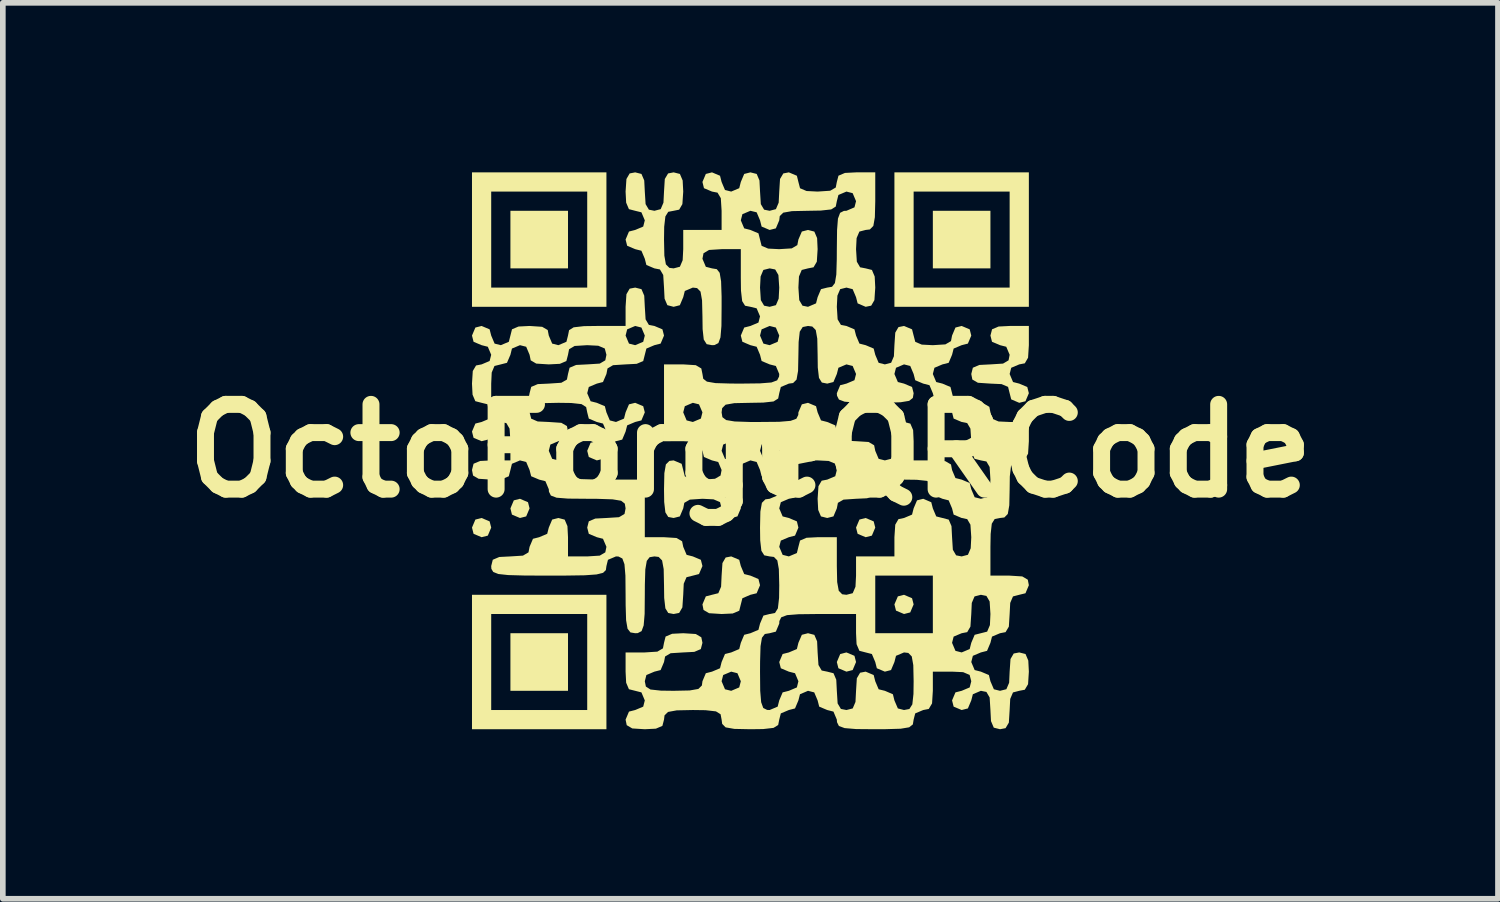
<source format=kicad_pcb>
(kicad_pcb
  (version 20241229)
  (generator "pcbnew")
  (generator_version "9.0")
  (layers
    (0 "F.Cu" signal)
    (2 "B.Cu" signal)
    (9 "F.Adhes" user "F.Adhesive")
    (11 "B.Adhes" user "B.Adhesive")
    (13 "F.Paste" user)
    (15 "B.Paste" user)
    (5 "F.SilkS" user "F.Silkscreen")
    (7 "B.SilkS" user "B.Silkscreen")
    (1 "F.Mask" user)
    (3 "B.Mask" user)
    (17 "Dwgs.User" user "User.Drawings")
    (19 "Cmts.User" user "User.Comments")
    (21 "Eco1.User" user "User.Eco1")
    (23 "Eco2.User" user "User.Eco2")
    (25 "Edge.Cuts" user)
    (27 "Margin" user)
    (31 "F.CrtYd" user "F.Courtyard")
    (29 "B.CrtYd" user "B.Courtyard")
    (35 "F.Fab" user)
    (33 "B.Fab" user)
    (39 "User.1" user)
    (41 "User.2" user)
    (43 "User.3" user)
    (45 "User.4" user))
  (footprint "OctoForgeQRCode"
    (layer "F.Cu")
    (at 10.229 4.927)
    (property "Reference" "OctoForgeQRCode" (at 0 0 0) (layer "F.SilkS") (effects (font (size 1.5 1.5) (thickness 0.3))))
    (attr board_only exclude_from_pos_files exclude_from_bom)
    (fp_poly (pts (xy -4.615 1.249) (xy -4.587 1.359) (xy -4.647 1.501) (xy -4.757 1.529) (xy -4.899 1.469) (xy -4.927 1.359) (xy -4.867 1.217) (xy -4.757 1.189)) (stroke (width 0) (type solid)) (fill yes) (layer "F.SilkS"))
    (fp_poly (pts (xy -3.936 0.91) (xy -3.908 1.019) (xy -3.968 1.161) (xy -4.078 1.189) (xy -4.22 1.129) (xy -4.247 1.019) (xy -4.187 0.877) (xy -4.078 0.849)) (stroke (width 0) (type solid)) (fill yes) (layer "F.SilkS"))
    (fp_poly (pts (xy -3.228 -3.738) (xy -3.228 -3.228) (xy -3.738 -3.228) (xy -4.247 -3.228) (xy -4.247 -3.738) (xy -4.247 -4.247) (xy -3.738 -4.247) (xy -3.228 -4.247)) (stroke (width 0) (type solid)) (fill yes) (layer "F.SilkS"))
    (fp_poly (pts (xy -3.228 3.738) (xy -3.228 4.247) (xy -3.738 4.247) (xy -4.247 4.247) (xy -4.247 3.738) (xy -4.247 3.228) (xy -3.738 3.228) (xy -3.228 3.228)) (stroke (width 0) (type solid)) (fill yes) (layer "F.SilkS"))
    (fp_poly (pts (xy 1.841 3.628) (xy 1.869 3.738) (xy 1.809 3.88) (xy 1.699 3.908) (xy 1.557 3.848) (xy 1.529 3.738) (xy 1.589 3.596) (xy 1.699 3.568)) (stroke (width 0) (type solid)) (fill yes) (layer "F.SilkS"))
    (fp_poly (pts (xy 2.181 1.249) (xy 2.209 1.359) (xy 2.149 1.501) (xy 2.039 1.529) (xy 1.897 1.469) (xy 1.869 1.359) (xy 1.929 1.217) (xy 2.039 1.189)) (stroke (width 0) (type solid)) (fill yes) (layer "F.SilkS"))
    (fp_poly (pts (xy 2.86 2.609) (xy 2.888 2.718) (xy 2.828 2.86) (xy 2.718 2.888) (xy 2.576 2.828) (xy 2.548 2.718) (xy 2.609 2.576) (xy 2.718 2.548)) (stroke (width 0) (type solid)) (fill yes) (layer "F.SilkS"))
    (fp_poly (pts (xy 4.247 -3.738) (xy 4.247 -3.228) (xy 3.738 -3.228) (xy 3.228 -3.228) (xy 3.228 -3.738) (xy 3.228 -4.247) (xy 3.738 -4.247) (xy 4.247 -4.247)) (stroke (width 0) (type solid)) (fill yes) (layer "F.SilkS"))
    (fp_poly (pts (xy -2.548 -3.738) (xy -2.548 -2.548) (xy -3.738 -2.548) (xy -4.927 -2.548) (xy -4.927 -3.738) (xy -4.587 -3.738) (xy -4.587 -2.888) (xy -3.738 -2.888) (xy -2.888 -2.888) (xy -2.888 -3.738) (xy -2.888 -4.587) (xy -3.738 -4.587) (xy -4.587 -4.587) (xy -4.587 -3.738) (xy -4.927 -3.738) (xy -4.927 -4.927) (xy -3.738 -4.927) (xy -2.548 -4.927)) (stroke (width 0) (type solid)) (fill yes) (layer "F.SilkS"))
    (fp_poly (pts (xy -2.548 3.738) (xy -2.548 4.927) (xy -3.738 4.927) (xy -4.927 4.927) (xy -4.927 3.738) (xy -4.587 3.738) (xy -4.587 4.587) (xy -3.738 4.587) (xy -2.888 4.587) (xy -2.888 3.738) (xy -2.888 2.888) (xy -3.738 2.888) (xy -4.587 2.888) (xy -4.587 3.738) (xy -4.927 3.738) (xy -4.927 2.548) (xy -3.738 2.548) (xy -2.548 2.548)) (stroke (width 0) (type solid)) (fill yes) (layer "F.SilkS"))
    (fp_poly (pts (xy 4.927 -3.738) (xy 4.927 -2.548) (xy 3.738 -2.548) (xy 2.548 -2.548) (xy 2.548 -3.738) (xy 2.888 -3.738) (xy 2.888 -2.888) (xy 3.738 -2.888) (xy 4.587 -2.888) (xy 4.587 -3.738) (xy 4.587 -4.587) (xy 3.738 -4.587) (xy 2.888 -4.587) (xy 2.888 -3.738) (xy 2.548 -3.738) (xy 2.548 -4.927) (xy 3.738 -4.927) (xy 4.927 -4.927)) (stroke (width 0) (type solid)) (fill yes) (layer "F.SilkS"))
    (fp_poly (pts (xy -0.198 1.929) (xy -0.17 2.039) (xy -0.11 2.181) (xy 0 2.209) (xy 0.142 2.269) (xy 0.17 2.379) (xy 0.11 2.521) (xy 0 2.548) (xy -0.142 2.609) (xy -0.17 2.718) (xy -0.198 2.83) (xy -0.314 2.879) (xy -0.51 2.888) (xy -0.732 2.874) (xy -0.83 2.816) (xy -0.849 2.718) (xy -0.789 2.576) (xy -0.68 2.548) (xy -0.568 2.52) (xy -0.519 2.405) (xy -0.51 2.209) (xy -0.495 1.986) (xy -0.438 1.888) (xy -0.34 1.869)) (stroke (width 0) (type solid)) (fill yes) (layer "F.SilkS"))
    (fp_poly (pts (xy 4.927 -1.869) (xy 4.913 -1.647) (xy 4.855 -1.548) (xy 4.757 -1.529) (xy 4.615 -1.469) (xy 4.587 -1.359) (xy 4.647 -1.217) (xy 4.757 -1.189) (xy 4.899 -1.129) (xy 4.927 -1.019) (xy 4.867 -0.877) (xy 4.757 -0.849) (xy 4.615 -0.91) (xy 4.587 -1.019) (xy 4.559 -1.131) (xy 4.444 -1.18) (xy 4.247 -1.189) (xy 4.025 -1.204) (xy 3.927 -1.261) (xy 3.908 -1.359) (xy 3.936 -1.47) (xy 4.051 -1.519) (xy 4.247 -1.529) (xy 4.47 -1.543) (xy 4.568 -1.601) (xy 4.587 -1.699) (xy 4.527 -1.841) (xy 4.417 -1.869) (xy 4.275 -1.929) (xy 4.247 -2.039) (xy 4.276 -2.15) (xy 4.391 -2.199) (xy 4.587 -2.209) (xy 4.927 -2.209)) (stroke (width 0) (type solid)) (fill yes) (layer "F.SilkS"))
    (fp_poly (pts (xy -1.928 -2.86) (xy -1.879 -2.745) (xy -1.869 -2.548) (xy -1.855 -2.326) (xy -1.797 -2.228) (xy -1.699 -2.209) (xy -1.557 -2.149) (xy -1.529 -2.039) (xy -1.589 -1.897) (xy -1.699 -1.869) (xy -1.841 -1.809) (xy -1.869 -1.699) (xy -1.897 -1.588) (xy -2.013 -1.539) (xy -2.209 -1.529) (xy -2.431 -1.515) (xy -2.529 -1.457) (xy -2.548 -1.359) (xy -2.609 -1.217) (xy -2.718 -1.189) (xy -2.86 -1.129) (xy -2.888 -1.019) (xy -2.828 -0.877) (xy -2.718 -0.849) (xy -2.576 -0.789) (xy -2.548 -0.68) (xy -2.488 -0.538) (xy -2.379 -0.51) (xy -2.237 -0.57) (xy -2.209 -0.68) (xy -2.149 -0.822) (xy -2.039 -0.849) (xy -1.897 -0.789) (xy -1.869 -0.68) (xy -1.929 -0.538) (xy -2.039 -0.51) (xy -2.181 -0.45) (xy -2.209 -0.34) (xy -2.269 -0.198) (xy -2.379 -0.17) (xy -2.521 -0.11) (xy -2.548 0) (xy -2.609 0.142) (xy -2.718 0.17) (xy -2.86 0.11) (xy -2.888 0) (xy -2.828 -0.142) (xy -2.718 -0.17) (xy -2.576 -0.23) (xy -2.548 -0.34) (xy -2.609 -0.482) (xy -2.718 -0.51) (xy -2.86 -0.57) (xy -2.888 -0.68) (xy -2.907 -0.774) (xy -2.989 -0.826) (xy -3.172 -0.846) (xy -3.398 -0.849) (xy -3.683 -0.843) (xy -3.836 -0.816) (xy -3.898 -0.755) (xy -3.908 -0.68) (xy -3.879 -0.568) (xy -3.764 -0.519) (xy -3.568 -0.51) (xy -3.346 -0.495) (xy -3.247 -0.438) (xy -3.228 -0.34) (xy -3.288 -0.198) (xy -3.398 -0.17) (xy -3.54 -0.11) (xy -3.568 0) (xy -3.508 0.142) (xy -3.398 0.17) (xy -3.256 0.23) (xy -3.228 0.34) (xy -3.214 0.424) (xy -3.149 0.475) (xy -2.998 0.501) (xy -2.728 0.509) (xy -2.548 0.51) (xy -1.869 0.51) (xy -1.869 1.019) (xy -1.869 1.529) (xy -1.529 1.529) (xy -1.307 1.543) (xy -1.209 1.601) (xy -1.189 1.699) (xy -1.129 1.841) (xy -1.019 1.869) (xy -0.877 1.929) (xy -0.849 2.039) (xy -0.91 2.181) (xy -1.019 2.209) (xy -1.131 2.237) (xy -1.18 2.352) (xy -1.189 2.548) (xy -1.204 2.771) (xy -1.261 2.869) (xy -1.359 2.888) (xy -1.454 2.87) (xy -1.505 2.788) (xy -1.526 2.604) (xy -1.529 2.379) (xy -1.535 2.094) (xy -1.563 1.94) (xy -1.624 1.878) (xy -1.699 1.869) (xy -1.784 1.883) (xy -1.834 1.948) (xy -1.86 2.099) (xy -1.868 2.369) (xy -1.869 2.548) (xy -1.872 2.887) (xy -1.889 3.09) (xy -1.926 3.191) (xy -1.994 3.226) (xy -2.039 3.228) (xy -2.123 3.214) (xy -2.174 3.149) (xy -2.2 2.998) (xy -2.208 2.728) (xy -2.209 2.548) (xy -2.212 2.21) (xy -2.229 2.007) (xy -2.266 1.906) (xy -2.334 1.871) (xy -2.379 1.869) (xy -2.521 1.929) (xy -2.548 2.039) (xy -2.558 2.111) (xy -2.607 2.159) (xy -2.723 2.188) (xy -2.934 2.203) (xy -3.268 2.208) (xy -3.568 2.209) (xy -3.998 2.207) (xy -4.287 2.199) (xy -4.462 2.18) (xy -4.551 2.144) (xy -4.584 2.089) (xy -4.587 2.039) (xy -4.559 1.928) (xy -4.444 1.879) (xy -4.247 1.869) (xy -4.025 1.855) (xy -3.927 1.797) (xy -3.908 1.699) (xy -3.848 1.557) (xy -3.738 1.529) (xy -3.596 1.469) (xy -3.568 1.359) (xy -3.508 1.217) (xy -3.398 1.189) (xy -3.287 1.218) (xy -3.238 1.333) (xy -3.228 1.529) (xy -3.228 1.869) (xy -2.888 1.869) (xy -2.666 1.855) (xy -2.568 1.797) (xy -2.548 1.699) (xy -2.609 1.557) (xy -2.718 1.529) (xy -2.86 1.469) (xy -2.888 1.359) (xy -2.86 1.248) (xy -2.745 1.199) (xy -2.548 1.189) (xy -2.326 1.175) (xy -2.228 1.117) (xy -2.209 1.019) (xy -2.223 0.935) (xy -2.288 0.884) (xy -2.439 0.859) (xy -2.709 0.85) (xy -2.888 0.849) (xy -3.227 0.846) (xy -3.43 0.83) (xy -3.531 0.792) (xy -3.565 0.724) (xy -3.568 0.68) (xy -3.628 0.538) (xy -3.738 0.51) (xy -3.88 0.45) (xy -3.908 0.34) (xy -3.968 0.198) (xy -4.078 0.17) (xy -4.22 0.23) (xy -4.247 0.34) (xy -4.276 0.451) (xy -4.391 0.5) (xy -4.587 0.51) (xy -4.81 0.495) (xy -4.908 0.438) (xy -4.927 0.34) (xy -4.899 0.229) (xy -4.783 0.18) (xy -4.587 0.17) (xy -4.247 0.17) (xy -4.247 -0.17) (xy -4.262 -0.392) (xy -4.319 -0.49) (xy -4.417 -0.51) (xy -4.559 -0.45) (xy -4.587 -0.34) (xy -4.647 -0.198) (xy -4.757 -0.17) (xy -4.899 -0.23) (xy -4.927 -0.34) (xy -4.867 -0.482) (xy -4.757 -0.51) (xy -4.615 -0.57) (xy -4.587 -0.68) (xy -4.647 -0.822) (xy -4.757 -0.849) (xy -4.868 -0.878) (xy -4.917 -0.993) (xy -4.927 -1.189) (xy -4.587 -1.189) (xy -4.587 -0.849) (xy -4.247 -0.849) (xy -4.025 -0.864) (xy -3.927 -0.921) (xy -3.908 -1.019) (xy -3.879 -1.131) (xy -3.764 -1.18) (xy -3.568 -1.189) (xy -3.346 -1.204) (xy -3.247 -1.261) (xy -3.228 -1.359) (xy -3.2 -1.47) (xy -3.084 -1.519) (xy -2.888 -1.529) (xy -2.666 -1.543) (xy -2.568 -1.601) (xy -2.548 -1.699) (xy -2.577 -1.81) (xy -2.692 -1.859) (xy -2.888 -1.869) (xy -3.111 -1.855) (xy -3.209 -1.797) (xy -3.228 -1.699) (xy -3.257 -1.588) (xy -3.372 -1.539) (xy -3.568 -1.529) (xy -3.79 -1.543) (xy -3.888 -1.601) (xy -3.908 -1.699) (xy -3.968 -1.841) (xy -4.078 -1.869) (xy -4.22 -1.809) (xy -4.247 -1.699) (xy -4.308 -1.557) (xy -4.417 -1.529) (xy -4.529 -1.501) (xy -4.578 -1.385) (xy -4.587 -1.189) (xy -4.927 -1.189) (xy -4.913 -1.412) (xy -4.855 -1.51) (xy -4.757 -1.529) (xy -4.615 -1.589) (xy -4.587 -1.699) (xy -4.647 -1.841) (xy -4.757 -1.869) (xy -4.899 -1.929) (xy -4.927 -2.039) (xy -4.867 -2.181) (xy -4.757 -2.209) (xy -4.615 -2.149) (xy -4.587 -2.039) (xy -4.527 -1.897) (xy -4.417 -1.869) (xy -4.275 -1.929) (xy -4.247 -2.039) (xy -4.219 -2.15) (xy -4.104 -2.199) (xy -3.908 -2.209) (xy -3.685 -2.194) (xy -3.587 -2.137) (xy -3.568 -2.039) (xy -3.508 -1.897) (xy -3.398 -1.869) (xy -3.256 -1.929) (xy -3.228 -2.039) (xy -2.209 -2.039) (xy -2.149 -1.897) (xy -2.039 -1.869) (xy -1.897 -1.929) (xy -1.869 -2.039) (xy -1.929 -2.181) (xy -2.039 -2.209) (xy -2.181 -2.149) (xy -2.209 -2.039) (xy -3.228 -2.039) (xy -3.209 -2.134) (xy -3.128 -2.185) (xy -2.944 -2.206) (xy -2.718 -2.209) (xy -2.209 -2.209) (xy -2.209 -2.548) (xy -2.194 -2.771) (xy -2.137 -2.869) (xy -2.039 -2.888)) (stroke (width 0) (type solid)) (fill yes) (layer "F.SilkS"))
    (fp_poly (pts (xy 2.209 -4.417) (xy 2.202 -4.133) (xy 2.175 -3.979) (xy 2.114 -3.917) (xy 2.039 -3.908) (xy 1.928 -3.879) (xy 1.879 -3.764) (xy 1.869 -3.568) (xy 1.883 -3.346) (xy 1.941 -3.247) (xy 2.039 -3.228) (xy 2.15 -3.2) (xy 2.199 -3.084) (xy 2.209 -2.888) (xy 2.194 -2.666) (xy 2.137 -2.568) (xy 2.039 -2.548) (xy 1.897 -2.609) (xy 1.869 -2.718) (xy 1.809 -2.86) (xy 1.699 -2.888) (xy 1.588 -2.86) (xy 1.539 -2.745) (xy 1.529 -2.548) (xy 1.543 -2.326) (xy 1.601 -2.228) (xy 1.699 -2.209) (xy 1.841 -2.149) (xy 1.869 -2.039) (xy 1.929 -1.897) (xy 2.039 -1.869) (xy 2.181 -1.809) (xy 2.209 -1.699) (xy 2.269 -1.557) (xy 2.379 -1.529) (xy 2.49 -1.558) (xy 2.539 -1.673) (xy 2.548 -1.869) (xy 2.563 -2.091) (xy 2.62 -2.189) (xy 2.718 -2.209) (xy 2.86 -2.149) (xy 2.888 -2.039) (xy 2.917 -1.928) (xy 3.032 -1.879) (xy 3.228 -1.869) (xy 3.45 -1.883) (xy 3.549 -1.941) (xy 3.568 -2.039) (xy 3.628 -2.181) (xy 3.738 -2.209) (xy 3.88 -2.149) (xy 3.908 -2.039) (xy 3.848 -1.897) (xy 3.738 -1.869) (xy 3.596 -1.809) (xy 3.568 -1.699) (xy 3.508 -1.557) (xy 3.398 -1.529) (xy 3.256 -1.469) (xy 3.228 -1.359) (xy 3.288 -1.217) (xy 3.398 -1.189) (xy 3.54 -1.129) (xy 3.568 -1.019) (xy 3.596 -0.908) (xy 3.712 -0.859) (xy 3.908 -0.849) (xy 4.13 -0.835) (xy 4.228 -0.778) (xy 4.247 -0.68) (xy 4.276 -0.568) (xy 4.391 -0.519) (xy 4.587 -0.51) (xy 4.927 -0.51) (xy 4.927 -0.17) (xy 4.913 0.052) (xy 4.855 0.151) (xy 4.757 0.17) (xy 4.662 0.188) (xy 4.611 0.27) (xy 4.59 0.454) (xy 4.587 0.68) (xy 4.581 0.964) (xy 4.554 1.118) (xy 4.493 1.18) (xy 4.417 1.189) (xy 4.322 1.208) (xy 4.271 1.29) (xy 4.251 1.473) (xy 4.247 1.699) (xy 4.247 2.209) (xy 4.587 2.209) (xy 4.81 2.223) (xy 4.908 2.281) (xy 4.927 2.379) (xy 4.867 2.521) (xy 4.757 2.548) (xy 4.646 2.577) (xy 4.597 2.692) (xy 4.587 2.888) (xy 4.573 3.111) (xy 4.515 3.209) (xy 4.417 3.228) (xy 4.275 3.288) (xy 4.247 3.398) (xy 4.187 3.54) (xy 4.078 3.568) (xy 3.936 3.628) (xy 3.908 3.738) (xy 3.968 3.88) (xy 4.078 3.908) (xy 4.22 3.968) (xy 4.247 4.078) (xy 4.308 4.22) (xy 4.417 4.247) (xy 4.529 4.219) (xy 4.578 4.104) (xy 4.587 3.908) (xy 4.602 3.685) (xy 4.659 3.587) (xy 4.757 3.568) (xy 4.868 3.596) (xy 4.917 3.712) (xy 4.927 3.908) (xy 4.913 4.13) (xy 4.855 4.228) (xy 4.757 4.247) (xy 4.646 4.276) (xy 4.597 4.391) (xy 4.587 4.587) (xy 4.573 4.81) (xy 4.515 4.908) (xy 4.417 4.927) (xy 4.306 4.899) (xy 4.257 4.783) (xy 4.247 4.587) (xy 4.233 4.365) (xy 4.176 4.267) (xy 4.078 4.247) (xy 3.936 4.308) (xy 3.908 4.417) (xy 3.848 4.559) (xy 3.738 4.587) (xy 3.596 4.527) (xy 3.568 4.417) (xy 3.628 4.275) (xy 3.738 4.247) (xy 3.88 4.187) (xy 3.908 4.078) (xy 3.879 3.966) (xy 3.764 3.917) (xy 3.568 3.908) (xy 3.228 3.908) (xy 3.228 4.247) (xy 3.214 4.47) (xy 3.156 4.568) (xy 3.058 4.587) (xy 2.916 4.647) (xy 2.888 4.757) (xy 2.874 4.842) (xy 2.809 4.893) (xy 2.658 4.918) (xy 2.388 4.926) (xy 2.209 4.927) (xy 1.87 4.924) (xy 1.667 4.907) (xy 1.566 4.87) (xy 1.532 4.802) (xy 1.529 4.757) (xy 1.469 4.615) (xy 1.359 4.587) (xy 1.217 4.527) (xy 1.189 4.417) (xy 1.129 4.275) (xy 1.019 4.247) (xy 0.877 4.308) (xy 0.849 4.417) (xy 0.789 4.559) (xy 0.68 4.587) (xy 0.538 4.647) (xy 0.51 4.757) (xy 0.491 4.852) (xy 0.409 4.903) (xy 0.226 4.924) (xy 0 4.927) (xy -0.285 4.921) (xy -0.439 4.894) (xy -0.5 4.832) (xy -0.51 4.757) (xy -0.528 4.662) (xy -0.61 4.611) (xy -0.794 4.59) (xy -1.019 4.587) (xy -1.304 4.593) (xy -1.458 4.621) (xy -1.52 4.682) (xy -1.529 4.757) (xy -1.558 4.868) (xy -1.673 4.917) (xy -1.869 4.927) (xy -2.091 4.913) (xy -2.189 4.855) (xy -2.209 4.757) (xy -2.149 4.615) (xy -2.039 4.587) (xy -1.897 4.527) (xy -1.869 4.417) (xy -1.929 4.275) (xy -2.039 4.247) (xy -2.15 4.219) (xy -2.199 4.104) (xy -2.209 3.908) (xy -2.209 3.568) (xy -1.869 3.568) (xy -1.647 3.554) (xy -1.548 3.496) (xy -1.529 3.398) (xy -1.501 3.287) (xy -1.385 3.238) (xy -1.189 3.228) (xy -0.967 3.242) (xy -0.869 3.3) (xy -0.849 3.398) (xy -0.878 3.509) (xy -0.993 3.558) (xy -1.189 3.568) (xy -1.412 3.582) (xy -1.51 3.64) (xy -1.529 3.738) (xy -1.589 3.88) (xy -1.699 3.908) (xy -1.841 3.968) (xy -1.869 4.078) (xy -1.85 4.172) (xy -1.769 4.224) (xy -1.585 4.244) (xy -1.359 4.247) (xy -1.075 4.241) (xy -0.921 4.214) (xy -0.859 4.153) (xy -0.849 4.078) (xy -0.51 4.078) (xy -0.45 4.22) (xy -0.34 4.247) (xy -0.198 4.187) (xy -0.17 4.078) (xy -0.23 3.936) (xy -0.34 3.908) (xy 0.17 3.908) (xy 0.173 4.246) (xy 0.19 4.449) (xy 0.227 4.551) (xy 0.295 4.585) (xy 0.34 4.587) (xy 0.482 4.527) (xy 0.51 4.417) (xy 0.57 4.275) (xy 0.68 4.247) (xy 0.822 4.187) (xy 0.849 4.078) (xy 0.789 3.936) (xy 0.68 3.908) (xy 0.538 3.848) (xy 0.51 3.738) (xy 0.57 3.596) (xy 0.68 3.568) (xy 0.822 3.508) (xy 0.849 3.398) (xy 0.91 3.256) (xy 1.019 3.228) (xy 1.131 3.257) (xy 1.18 3.372) (xy 1.189 3.568) (xy 1.204 3.79) (xy 1.261 3.888) (xy 1.359 3.908) (xy 1.47 3.936) (xy 1.519 4.051) (xy 1.529 4.247) (xy 1.543 4.47) (xy 1.601 4.568) (xy 1.699 4.587) (xy 1.81 4.559) (xy 1.859 4.444) (xy 1.869 4.247) (xy 1.883 4.025) (xy 1.941 3.927) (xy 2.039 3.908) (xy 2.181 3.968) (xy 2.209 4.078) (xy 2.269 4.22) (xy 2.379 4.247) (xy 2.521 4.308) (xy 2.548 4.417) (xy 2.609 4.559) (xy 2.718 4.587) (xy 2.813 4.569) (xy 2.865 4.487) (xy 2.885 4.303) (xy 2.888 4.078) (xy 2.882 3.793) (xy 2.855 3.639) (xy 2.794 3.577) (xy 2.718 3.568) (xy 2.576 3.628) (xy 2.548 3.738) (xy 2.488 3.88) (xy 2.379 3.908) (xy 2.237 3.848) (xy 2.209 3.738) (xy 2.149 3.596) (xy 2.039 3.568) (xy 1.928 3.539) (xy 1.879 3.424) (xy 1.877 3.398) (xy 3.568 3.398) (xy 3.628 3.54) (xy 3.738 3.568) (xy 3.88 3.508) (xy 3.908 3.398) (xy 3.968 3.256) (xy 4.078 3.228) (xy 4.189 3.2) (xy 4.238 3.084) (xy 4.247 2.888) (xy 4.233 2.666) (xy 4.176 2.568) (xy 4.078 2.548) (xy 3.966 2.577) (xy 3.917 2.692) (xy 3.908 2.888) (xy 3.893 3.111) (xy 3.836 3.209) (xy 3.738 3.228) (xy 3.596 3.288) (xy 3.568 3.398) (xy 1.877 3.398) (xy 1.869 3.228) (xy 1.869 2.888) (xy 1.189 2.888) (xy 0.851 2.892) (xy 0.648 2.908) (xy 0.546 2.946) (xy 0.512 3.013) (xy 0.51 3.058) (xy 0.45 3.2) (xy 0.34 3.228) (xy 0.255 3.242) (xy 0.204 3.308) (xy 0.179 3.458) (xy 0.171 3.729) (xy 0.17 3.908) (xy -0.34 3.908) (xy -0.482 3.968) (xy -0.51 4.078) (xy -0.849 4.078) (xy -0.789 3.936) (xy -0.68 3.908) (xy -0.538 3.848) (xy -0.51 3.738) (xy -0.45 3.596) (xy -0.34 3.568) (xy -0.198 3.508) (xy -0.17 3.398) (xy -0.11 3.256) (xy 0 3.228) (xy 0.142 3.168) (xy 0.17 3.058) (xy 0.23 2.916) (xy 0.34 2.888) (xy 0.435 2.87) (xy 0.486 2.788) (xy 0.494 2.718) (xy 2.209 2.718) (xy 2.209 3.228) (xy 2.718 3.228) (xy 3.228 3.228) (xy 3.228 2.718) (xy 3.228 2.209) (xy 2.718 2.209) (xy 2.209 2.209) (xy 2.209 2.718) (xy 0.494 2.718) (xy 0.507 2.604) (xy 0.51 2.379) (xy 0.503 2.094) (xy 0.476 1.94) (xy 0.415 1.878) (xy 0.34 1.869) (xy 0.245 1.85) (xy 0.194 1.769) (xy 0.173 1.585) (xy 0.17 1.359) (xy 0.176 1.075) (xy 0.186 1.019) (xy 0.51 1.019) (xy 0.57 1.161) (xy 0.68 1.189) (xy 0.822 1.249) (xy 0.849 1.359) (xy 0.789 1.501) (xy 0.68 1.529) (xy 0.538 1.589) (xy 0.51 1.699) (xy 0.57 1.841) (xy 0.68 1.869) (xy 0.822 1.809) (xy 0.849 1.699) (xy 0.878 1.588) (xy 0.993 1.539) (xy 1.189 1.529) (xy 1.529 1.529) (xy 1.529 2.039) (xy 1.535 2.323) (xy 1.563 2.477) (xy 1.624 2.539) (xy 1.699 2.548) (xy 1.81 2.52) (xy 1.859 2.405) (xy 1.869 2.209) (xy 1.869 1.869) (xy 2.209 1.869) (xy 2.548 1.869) (xy 2.548 1.529) (xy 2.563 1.307) (xy 2.62 1.209) (xy 2.718 1.189) (xy 2.86 1.129) (xy 2.888 1.019) (xy 2.948 0.877) (xy 3.058 0.849) (xy 3.2 0.91) (xy 3.228 1.019) (xy 3.288 1.161) (xy 3.398 1.189) (xy 3.509 1.218) (xy 3.558 1.333) (xy 3.568 1.529) (xy 3.582 1.751) (xy 3.64 1.85) (xy 3.738 1.869) (xy 3.849 1.84) (xy 3.898 1.725) (xy 3.908 1.529) (xy 3.893 1.307) (xy 3.836 1.209) (xy 3.738 1.189) (xy 3.596 1.129) (xy 3.568 1.019) (xy 3.508 0.877) (xy 3.398 0.849) (xy 3.256 0.789) (xy 3.228 0.68) (xy 3.209 0.585) (xy 3.128 0.533) (xy 2.944 0.513) (xy 2.718 0.51) (xy 2.434 0.516) (xy 2.28 0.543) (xy 2.218 0.604) (xy 2.209 0.68) (xy 2.18 0.791) (xy 2.065 0.84) (xy 1.869 0.849) (xy 1.647 0.864) (xy 1.548 0.921) (xy 1.529 1.019) (xy 1.469 1.161) (xy 1.359 1.189) (xy 1.248 1.161) (xy 1.199 1.046) (xy 1.189 0.849) (xy 1.204 0.627) (xy 1.261 0.529) (xy 1.359 0.51) (xy 1.501 0.45) (xy 1.529 0.34) (xy 1.501 0.229) (xy 1.385 0.18) (xy 1.189 0.17) (xy 0.849 0.17) (xy 0.849 0.51) (xy 0.835 0.732) (xy 0.778 0.83) (xy 0.68 0.849) (xy 0.538 0.91) (xy 0.51 1.019) (xy 0.186 1.019) (xy 0.203 0.921) (xy 0.265 0.859) (xy 0.34 0.849) (xy 0.482 0.789) (xy 0.51 0.68) (xy 0.45 0.538) (xy 0.34 0.51) (xy 0.198 0.45) (xy 0.17 0.34) (xy 0.11 0.198) (xy 0 0.17) (xy -0.142 0.23) (xy -0.17 0.34) (xy -0.23 0.482) (xy -0.34 0.51) (xy -0.482 0.57) (xy -0.51 0.68) (xy -0.45 0.822) (xy -0.34 0.849) (xy -0.198 0.91) (xy -0.17 1.019) (xy -0.23 1.161) (xy -0.34 1.189) (xy -0.482 1.129) (xy -0.51 1.019) (xy -0.538 0.908) (xy -0.653 0.859) (xy -0.849 0.849) (xy -1.072 0.864) (xy -1.17 0.921) (xy -1.189 1.019) (xy -1.249 1.161) (xy -1.359 1.189) (xy -1.454 1.171) (xy -1.505 1.089) (xy -1.526 0.905) (xy -1.529 0.68) (xy -1.523 0.395) (xy -1.496 0.241) (xy -1.434 0.179) (xy -1.359 0.17) (xy -1.217 0.23) (xy -1.189 0.34) (xy -1.161 0.451) (xy -1.046 0.5) (xy -0.849 0.51) (xy -0.627 0.495) (xy -0.529 0.438) (xy -0.51 0.34) (xy -0.57 0.198) (xy -0.68 0.17) (xy -0.822 0.11) (xy -0.849 0) (xy -0.51 0) (xy -0.45 0.142) (xy -0.34 0.17) (xy -0.198 0.11) (xy -0.17 0) (xy 0.17 0) (xy 0.23 0.142) (xy 0.34 0.17) (xy 0.482 0.11) (xy 0.51 0) (xy 0.45 -0.142) (xy 0.34 -0.17) (xy 0.198 -0.11) (xy 0.17 0) (xy -0.17 0) (xy -0.23 -0.142) (xy -0.34 -0.17) (xy -0.482 -0.11) (xy -0.51 0) (xy -0.849 0) (xy -0.878 -0.111) (xy -0.993 -0.16) (xy -1.189 -0.17) (xy -1.529 -0.17) (xy -1.529 -0.68) (xy -1.189 -0.68) (xy -1.129 -0.538) (xy -1.019 -0.51) (xy -0.877 -0.57) (xy -0.849 -0.68) (xy -0.51 -0.68) (xy -0.496 -0.595) (xy -0.43 -0.544) (xy -0.279 -0.519) (xy -0.009 -0.51) (xy 0.17 -0.51) (xy 0.509 -0.513) (xy 0.711 -0.53) (xy 0.813 -0.567) (xy 0.847 -0.635) (xy 0.849 -0.68) (xy 0.91 -0.822) (xy 1.019 -0.849) (xy 1.161 -0.789) (xy 1.189 -0.68) (xy 1.249 -0.538) (xy 1.359 -0.51) (xy 1.501 -0.45) (xy 1.529 -0.34) (xy 1.558 -0.229) (xy 1.673 -0.18) (xy 1.869 -0.17) (xy 2.091 -0.156) (xy 2.189 -0.098) (xy 2.209 0) (xy 2.269 0.142) (xy 2.379 0.17) (xy 2.49 0.141) (xy 2.539 0.026) (xy 2.548 -0.17) (xy 2.563 -0.392) (xy 2.62 -0.49) (xy 2.718 -0.51) (xy 2.83 -0.481) (xy 2.879 -0.366) (xy 2.888 -0.17) (xy 2.888 0.17) (xy 3.228 0.17) (xy 3.45 0.184) (xy 3.549 0.242) (xy 3.568 0.34) (xy 3.628 0.482) (xy 3.738 0.51) (xy 3.88 0.57) (xy 3.908 0.68) (xy 3.968 0.822) (xy 4.078 0.849) (xy 4.189 0.821) (xy 4.238 0.706) (xy 4.247 0.51) (xy 4.233 0.287) (xy 4.176 0.189) (xy 4.078 0.17) (xy 3.966 0.141) (xy 3.917 0.026) (xy 3.908 -0.17) (xy 3.893 -0.392) (xy 3.836 -0.49) (xy 3.738 -0.51) (xy 3.596 -0.57) (xy 3.568 -0.68) (xy 3.508 -0.822) (xy 3.398 -0.849) (xy 3.256 -0.91) (xy 3.228 -1.019) (xy 3.168 -1.161) (xy 3.058 -1.189) (xy 2.916 -1.249) (xy 2.888 -1.359) (xy 2.828 -1.501) (xy 2.718 -1.529) (xy 2.576 -1.469) (xy 2.548 -1.359) (xy 2.609 -1.217) (xy 2.718 -1.189) (xy 2.86 -1.129) (xy 2.888 -1.019) (xy 2.874 -0.935) (xy 2.809 -0.884) (xy 2.658 -0.859) (xy 2.388 -0.85) (xy 2.209 -0.849) (xy 1.87 -0.853) (xy 1.667 -0.869) (xy 1.566 -0.907) (xy 1.532 -0.975) (xy 1.529 -1.019) (xy 1.589 -1.161) (xy 1.699 -1.189) (xy 1.841 -1.249) (xy 1.869 -1.359) (xy 1.809 -1.501) (xy 1.699 -1.529) (xy 1.557 -1.469) (xy 1.529 -1.359) (xy 1.469 -1.217) (xy 1.359 -1.189) (xy 1.264 -1.208) (xy 1.213 -1.29) (xy 1.192 -1.473) (xy 1.189 -1.699) (xy 1.183 -1.984) (xy 1.156 -2.137) (xy 1.095 -2.199) (xy 1.019 -2.209) (xy 0.925 -2.19) (xy 0.873 -2.108) (xy 0.853 -1.925) (xy 0.849 -1.699) (xy 0.843 -1.414) (xy 0.816 -1.26) (xy 0.755 -1.199) (xy 0.68 -1.189) (xy 0.538 -1.129) (xy 0.51 -1.019) (xy 0.491 -0.925) (xy 0.409 -0.873) (xy 0.226 -0.853) (xy 0 -0.849) (xy -0.285 -0.843) (xy -0.439 -0.816) (xy -0.5 -0.755) (xy -0.51 -0.68) (xy -0.849 -0.68) (xy -0.91 -0.822) (xy -1.019 -0.849) (xy -1.161 -0.789) (xy -1.189 -0.68) (xy -1.529 -0.68) (xy -1.529 -0.849) (xy -1.529 -1.529) (xy -1.189 -1.529) (xy -0.967 -1.515) (xy -0.869 -1.457) (xy -0.849 -1.359) (xy -0.835 -1.275) (xy -0.77 -1.224) (xy -0.619 -1.198) (xy -0.349 -1.19) (xy -0.17 -1.189) (xy 0.169 -1.193) (xy 0.372 -1.209) (xy 0.473 -1.247) (xy 0.507 -1.314) (xy 0.51 -1.359) (xy 0.45 -1.501) (xy 0.34 -1.529) (xy 0.198 -1.589) (xy 0.17 -1.699) (xy 0.11 -1.841) (xy 0 -1.869) (xy -0.142 -1.929) (xy -0.17 -2.039) (xy 0.17 -2.039) (xy 0.23 -1.897) (xy 0.34 -1.869) (xy 0.482 -1.929) (xy 0.51 -2.039) (xy 0.45 -2.181) (xy 0.34 -2.209) (xy 0.198 -2.149) (xy 0.17 -2.039) (xy -0.17 -2.039) (xy -0.11 -2.181) (xy 0 -2.209) (xy 0.142 -2.269) (xy 0.17 -2.379) (xy 0.11 -2.521) (xy 0 -2.548) (xy -0.095 -2.567) (xy -0.146 -2.649) (xy -0.167 -2.832) (xy -0.168 -2.888) (xy 0.17 -2.888) (xy 0.184 -2.666) (xy 0.242 -2.568) (xy 0.34 -2.548) (xy 0.451 -2.577) (xy 0.5 -2.692) (xy 0.51 -2.888) (xy 0.495 -3.111) (xy 0.438 -3.209) (xy 0.34 -3.228) (xy 0.229 -3.2) (xy 0.18 -3.084) (xy 0.17 -2.888) (xy -0.168 -2.888) (xy -0.17 -3.058) (xy -0.17 -3.568) (xy -0.51 -3.568) (xy -0.732 -3.554) (xy -0.83 -3.496) (xy -0.849 -3.398) (xy -0.789 -3.256) (xy -0.68 -3.228) (xy -0.595 -3.214) (xy -0.544 -3.149) (xy -0.519 -2.998) (xy -0.51 -2.728) (xy -0.51 -2.548) (xy -0.513 -2.21) (xy -0.53 -2.007) (xy -0.567 -1.906) (xy -0.635 -1.871) (xy -0.68 -1.869) (xy -0.774 -1.887) (xy -0.826 -1.969) (xy -0.846 -2.153) (xy -0.849 -2.379) (xy -0.856 -2.663) (xy -0.883 -2.817) (xy -0.944 -2.879) (xy -1.019 -2.888) (xy -1.161 -2.828) (xy -1.189 -2.718) (xy -1.249 -2.576) (xy -1.359 -2.548) (xy -1.47 -2.577) (xy -1.519 -2.692) (xy -1.529 -2.888) (xy -1.543 -3.111) (xy -1.601 -3.209) (xy -1.699 -3.228) (xy -1.841 -3.288) (xy -1.869 -3.398) (xy -1.929 -3.54) (xy -2.039 -3.568) (xy -2.181 -3.628) (xy -2.209 -3.738) (xy -2.149 -3.88) (xy -2.039 -3.908) (xy -1.897 -3.968) (xy -1.869 -4.078) (xy -1.929 -4.22) (xy -2.039 -4.247) (xy -2.15 -4.276) (xy -2.199 -4.391) (xy -2.209 -4.587) (xy -2.194 -4.81) (xy -2.137 -4.908) (xy -2.039 -4.927) (xy -1.928 -4.899) (xy -1.879 -4.783) (xy -1.869 -4.587) (xy -1.855 -4.365) (xy -1.797 -4.267) (xy -1.699 -4.247) (xy -1.588 -4.276) (xy -1.539 -4.391) (xy -1.529 -4.587) (xy -1.515 -4.81) (xy -1.457 -4.908) (xy -1.359 -4.927) (xy -1.248 -4.899) (xy -1.199 -4.783) (xy -1.189 -4.587) (xy -1.204 -4.365) (xy -1.261 -4.267) (xy -1.359 -4.247) (xy -1.454 -4.229) (xy -1.505 -4.147) (xy -1.526 -3.964) (xy -1.529 -3.738) (xy -1.523 -3.453) (xy -1.496 -3.299) (xy -1.434 -3.237) (xy -1.359 -3.228) (xy -1.248 -3.257) (xy -1.199 -3.372) (xy -1.189 -3.568) (xy -1.189 -3.908) (xy -0.849 -3.908) (xy -0.51 -3.908) (xy -0.51 -4.078) (xy -0.17 -4.078) (xy -0.11 -3.936) (xy 0 -3.908) (xy 0.142 -3.848) (xy 0.17 -3.738) (xy 0.198 -3.627) (xy 0.314 -3.578) (xy 0.51 -3.568) (xy 0.732 -3.582) (xy 0.83 -3.64) (xy 0.849 -3.738) (xy 0.91 -3.88) (xy 1.019 -3.908) (xy 1.131 -3.879) (xy 1.18 -3.764) (xy 1.189 -3.568) (xy 1.175 -3.346) (xy 1.117 -3.247) (xy 1.019 -3.228) (xy 0.908 -3.2) (xy 0.859 -3.084) (xy 0.849 -2.888) (xy 0.864 -2.666) (xy 0.921 -2.568) (xy 1.019 -2.548) (xy 1.161 -2.609) (xy 1.189 -2.718) (xy 1.249 -2.86) (xy 1.359 -2.888) (xy 1.444 -2.902) (xy 1.495 -2.968) (xy 1.52 -3.119) (xy 1.528 -3.389) (xy 1.529 -3.568) (xy 1.533 -3.906) (xy 1.549 -4.109) (xy 1.587 -4.211) (xy 1.654 -4.245) (xy 1.699 -4.247) (xy 1.841 -4.308) (xy 1.869 -4.417) (xy 1.809 -4.559) (xy 1.699 -4.587) (xy 1.557 -4.527) (xy 1.529 -4.417) (xy 1.51 -4.322) (xy 1.429 -4.271) (xy 1.245 -4.251) (xy 1.019 -4.247) (xy 0.735 -4.241) (xy 0.581 -4.214) (xy 0.519 -4.153) (xy 0.51 -4.078) (xy 0.45 -3.936) (xy 0.34 -3.908) (xy 0.198 -3.968) (xy 0.17 -4.078) (xy 0.11 -4.22) (xy 0 -4.247) (xy -0.142 -4.187) (xy -0.17 -4.078) (xy -0.51 -4.078) (xy -0.51 -4.247) (xy -0.524 -4.47) (xy -0.582 -4.568) (xy -0.68 -4.587) (xy -0.822 -4.647) (xy -0.849 -4.757) (xy -0.789 -4.899) (xy -0.68 -4.927) (xy -0.538 -4.867) (xy -0.51 -4.757) (xy -0.45 -4.615) (xy -0.34 -4.587) (xy -0.198 -4.647) (xy -0.17 -4.757) (xy -0.11 -4.899) (xy 0 -4.927) (xy 0.111 -4.899) (xy 0.16 -4.783) (xy 0.17 -4.587) (xy 0.184 -4.365) (xy 0.242 -4.267) (xy 0.34 -4.247) (xy 0.451 -4.276) (xy 0.5 -4.391) (xy 0.51 -4.587) (xy 0.524 -4.81) (xy 0.582 -4.908) (xy 0.68 -4.927) (xy 0.822 -4.867) (xy 0.849 -4.757) (xy 0.878 -4.646) (xy 0.993 -4.597) (xy 1.189 -4.587) (xy 1.412 -4.602) (xy 1.51 -4.659) (xy 1.529 -4.757) (xy 1.558 -4.868) (xy 1.673 -4.917) (xy 1.869 -4.927) (xy 2.209 -4.927)) (stroke (width 0) (type solid)) (fill yes) (layer "F.SilkS")))
  (gr_rect
    (start -3 -3)
    (end 23.457 12.854)
    (stroke (width 0.1) (type default))
    (fill no)
    (layer "Edge.Cuts")))
</source>
